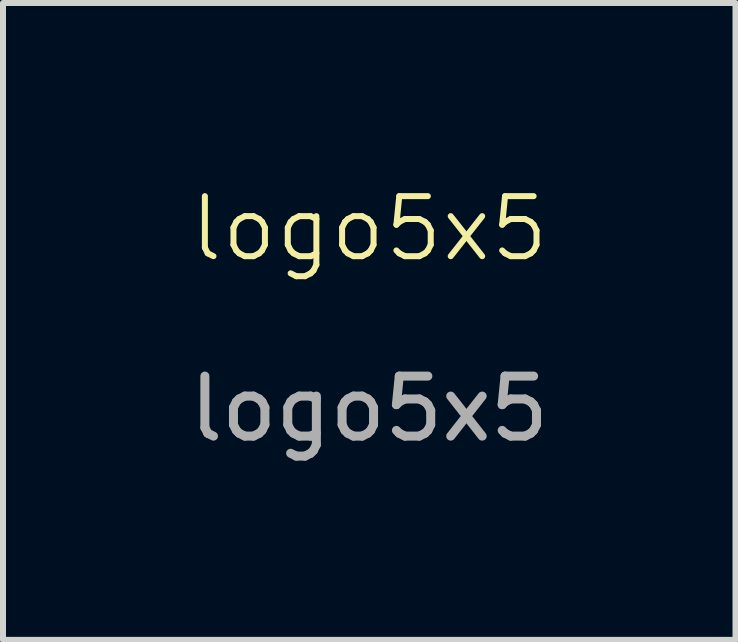
<source format=kicad_pcb>
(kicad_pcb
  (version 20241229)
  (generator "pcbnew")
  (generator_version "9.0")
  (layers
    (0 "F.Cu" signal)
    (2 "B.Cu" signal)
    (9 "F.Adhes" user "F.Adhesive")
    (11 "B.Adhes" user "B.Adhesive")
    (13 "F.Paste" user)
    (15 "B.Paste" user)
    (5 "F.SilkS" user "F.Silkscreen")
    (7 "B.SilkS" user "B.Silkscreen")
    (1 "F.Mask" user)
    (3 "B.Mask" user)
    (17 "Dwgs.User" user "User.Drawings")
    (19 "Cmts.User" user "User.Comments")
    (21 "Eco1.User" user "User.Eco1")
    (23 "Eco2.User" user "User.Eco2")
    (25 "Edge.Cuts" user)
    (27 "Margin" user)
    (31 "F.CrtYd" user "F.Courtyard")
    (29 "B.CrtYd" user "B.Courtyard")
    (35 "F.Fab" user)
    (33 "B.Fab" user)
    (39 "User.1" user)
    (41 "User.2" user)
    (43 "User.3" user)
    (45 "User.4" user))
  (footprint "logo5x5"
    (layer "F.Cu")
    (at 3.101 1.26)
    (property "Reference" "logo5x5" (at 0 -0.5 0) (unlocked yes) (layer "F.SilkS") (effects (font (size 1 1) (thickness 0.1))))
    (fp_text user "${REFERENCE}" (at 0 2.5 0) (unlocked yes) (layer "F.Fab") (effects (font (size 1 1) (thickness 0.15)))))
  (gr_rect
    (start -3 -3)
    (end 9.202 7.609)
    (stroke (width 0.1) (type default))
    (fill no)
    (layer "Edge.Cuts")))
</source>
